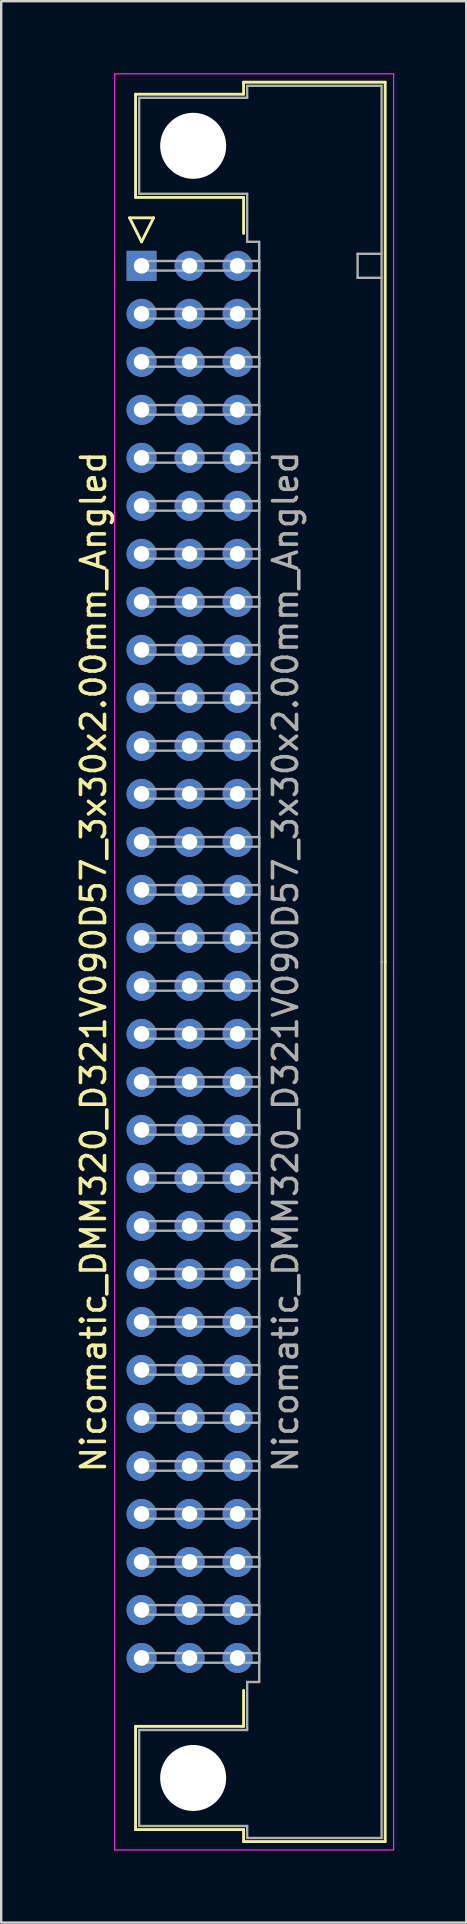
<source format=kicad_pcb>
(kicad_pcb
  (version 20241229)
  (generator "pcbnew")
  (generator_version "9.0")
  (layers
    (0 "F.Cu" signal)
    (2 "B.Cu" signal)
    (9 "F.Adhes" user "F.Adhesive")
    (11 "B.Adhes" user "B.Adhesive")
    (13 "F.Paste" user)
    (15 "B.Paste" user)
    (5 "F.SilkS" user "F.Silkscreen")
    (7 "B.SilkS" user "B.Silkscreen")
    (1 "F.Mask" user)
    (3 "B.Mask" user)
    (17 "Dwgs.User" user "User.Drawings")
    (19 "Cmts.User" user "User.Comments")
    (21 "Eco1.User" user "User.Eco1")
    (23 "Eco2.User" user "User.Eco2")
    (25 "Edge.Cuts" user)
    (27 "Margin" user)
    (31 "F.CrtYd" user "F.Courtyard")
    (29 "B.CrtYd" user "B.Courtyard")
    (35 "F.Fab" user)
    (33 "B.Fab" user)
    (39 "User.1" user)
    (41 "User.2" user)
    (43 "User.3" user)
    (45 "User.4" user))
  (footprint "Nicomatic_DMM320_D321V090D57_3x30x2.00mm_Angled"
    (layer "F.Cu")
    (at 2.848 8.025)
    (property "Reference" "Nicomatic_DMM320_D321V090D57_3x30x2.00mm_Angled" (at -2 29 90) (layer "F.SilkS") (effects (font (size 1 1) (thickness 0.15))))
    (attr through_hole)
    (fp_line (start -0.5 -2) (end 0 -1) (stroke (width 0.12) (type solid)) (layer "F.SilkS"))
    (fp_line (start -0.25 -7.15) (end -0.25 -2.85) (stroke (width 0.12) (type solid)) (layer "F.SilkS"))
    (fp_line (start -0.25 -2.85) (end 4.25 -2.85) (stroke (width 0.12) (type solid)) (layer "F.SilkS"))
    (fp_line (start -0.25 60.85) (end 4.25 60.85) (stroke (width 0.12) (type solid)) (layer "F.SilkS"))
    (fp_line (start -0.25 65.15) (end -0.25 60.85) (stroke (width 0.12) (type solid)) (layer "F.SilkS"))
    (fp_line (start 0 -1) (end 0.5 -2) (stroke (width 0.12) (type solid)) (layer "F.SilkS"))
    (fp_line (start 0.5 -2) (end -0.5 -2) (stroke (width 0.12) (type solid)) (layer "F.SilkS"))
    (fp_line (start 4.25 -7.65) (end 4.25 -7.15) (stroke (width 0.12) (type solid)) (layer "F.SilkS"))
    (fp_line (start 4.25 -7.15) (end -0.25 -7.15) (stroke (width 0.12) (type solid)) (layer "F.SilkS"))
    (fp_line (start 4.25 -2.85) (end 4.25 -1.35) (stroke (width 0.12) (type solid)) (layer "F.SilkS"))
    (fp_line (start 4.25 60.85) (end 4.25 59.35) (stroke (width 0.12) (type solid)) (layer "F.SilkS"))
    (fp_line (start 4.25 65.15) (end -0.25 65.15) (stroke (width 0.12) (type solid)) (layer "F.SilkS"))
    (fp_line (start 4.25 65.65) (end 4.25 65.15) (stroke (width 0.12) (type solid)) (layer "F.SilkS"))
    (fp_line (start 10.15 -7.65) (end 4.25 -7.65) (stroke (width 0.12) (type solid)) (layer "F.SilkS"))
    (fp_line (start 10.15 29) (end 10.15 -7.65) (stroke (width 0.12) (type solid)) (layer "F.SilkS"))
    (fp_line (start 10.15 29) (end 10.15 65.65) (stroke (width 0.12) (type solid)) (layer "F.SilkS"))
    (fp_line (start 10.15 65.65) (end 4.25 65.65) (stroke (width 0.12) (type solid)) (layer "F.SilkS"))
    (fp_line (start -1.12 -8) (end -1.12 66) (stroke (width 0.05) (type solid)) (layer "F.CrtYd"))
    (fp_line (start -1.12 66) (end 10.5 66) (stroke (width 0.05) (type solid)) (layer "F.CrtYd"))
    (fp_line (start 10.5 -8) (end -1.12 -8) (stroke (width 0.05) (type solid)) (layer "F.CrtYd"))
    (fp_line (start 10.5 66) (end 10.5 -8) (stroke (width 0.05) (type solid)) (layer "F.CrtYd"))
    (fp_line (start -0.1 -7) (end -0.1 -3) (stroke (width 0.1) (type solid)) (layer "F.Fab"))
    (fp_line (start -0.1 -3) (end 4.4 -3) (stroke (width 0.1) (type solid)) (layer "F.Fab"))
    (fp_line (start -0.1 61) (end 4.4 61) (stroke (width 0.1) (type solid)) (layer "F.Fab"))
    (fp_line (start -0.1 65) (end -0.1 61) (stroke (width 0.1) (type solid)) (layer "F.Fab"))
    (fp_line (start 0 -0.2) (end 0 0.2) (stroke (width 0.1) (type solid)) (layer "F.Fab"))
    (fp_line (start 0 0.2) (end 4.9 0.2) (stroke (width 0.1) (type solid)) (layer "F.Fab"))
    (fp_line (start 0 1.8) (end 0 2.2) (stroke (width 0.1) (type solid)) (layer "F.Fab"))
    (fp_line (start 0 2.2) (end 4.9 2.2) (stroke (width 0.1) (type solid)) (layer "F.Fab"))
    (fp_line (start 0 3.8) (end 0 4.2) (stroke (width 0.1) (type solid)) (layer "F.Fab"))
    (fp_line (start 0 4.2) (end 4.9 4.2) (stroke (width 0.1) (type solid)) (layer "F.Fab"))
    (fp_line (start 0 5.8) (end 0 6.2) (stroke (width 0.1) (type solid)) (layer "F.Fab"))
    (fp_line (start 0 6.2) (end 4.9 6.2) (stroke (width 0.1) (type solid)) (layer "F.Fab"))
    (fp_line (start 0 7.8) (end 0 8.2) (stroke (width 0.1) (type solid)) (layer "F.Fab"))
    (fp_line (start 0 8.2) (end 4.9 8.2) (stroke (width 0.1) (type solid)) (layer "F.Fab"))
    (fp_line (start 0 9.8) (end 0 10.2) (stroke (width 0.1) (type solid)) (layer "F.Fab"))
    (fp_line (start 0 10.2) (end 4.9 10.2) (stroke (width 0.1) (type solid)) (layer "F.Fab"))
    (fp_line (start 0 11.8) (end 0 12.2) (stroke (width 0.1) (type solid)) (layer "F.Fab"))
    (fp_line (start 0 12.2) (end 4.9 12.2) (stroke (width 0.1) (type solid)) (layer "F.Fab"))
    (fp_line (start 0 13.8) (end 0 14.2) (stroke (width 0.1) (type solid)) (layer "F.Fab"))
    (fp_line (start 0 14.2) (end 4.9 14.2) (stroke (width 0.1) (type solid)) (layer "F.Fab"))
    (fp_line (start 0 15.8) (end 0 16.2) (stroke (width 0.1) (type solid)) (layer "F.Fab"))
    (fp_line (start 0 16.2) (end 4.9 16.2) (stroke (width 0.1) (type solid)) (layer "F.Fab"))
    (fp_line (start 0 17.8) (end 0 18.2) (stroke (width 0.1) (type solid)) (layer "F.Fab"))
    (fp_line (start 0 18.2) (end 4.9 18.2) (stroke (width 0.1) (type solid)) (layer "F.Fab"))
    (fp_line (start 0 19.8) (end 0 20.2) (stroke (width 0.1) (type solid)) (layer "F.Fab"))
    (fp_line (start 0 20.2) (end 4.9 20.2) (stroke (width 0.1) (type solid)) (layer "F.Fab"))
    (fp_line (start 0 21.8) (end 0 22.2) (stroke (width 0.1) (type solid)) (layer "F.Fab"))
    (fp_line (start 0 22.2) (end 4.9 22.2) (stroke (width 0.1) (type solid)) (layer "F.Fab"))
    (fp_line (start 0 23.8) (end 0 24.2) (stroke (width 0.1) (type solid)) (layer "F.Fab"))
    (fp_line (start 0 24.2) (end 4.9 24.2) (stroke (width 0.1) (type solid)) (layer "F.Fab"))
    (fp_line (start 0 25.8) (end 0 26.2) (stroke (width 0.1) (type solid)) (layer "F.Fab"))
    (fp_line (start 0 26.2) (end 4.9 26.2) (stroke (width 0.1) (type solid)) (layer "F.Fab"))
    (fp_line (start 0 27.8) (end 0 28.2) (stroke (width 0.1) (type solid)) (layer "F.Fab"))
    (fp_line (start 0 28.2) (end 4.9 28.2) (stroke (width 0.1) (type solid)) (layer "F.Fab"))
    (fp_line (start 0 29.8) (end 0 30.2) (stroke (width 0.1) (type solid)) (layer "F.Fab"))
    (fp_line (start 0 30.2) (end 4.9 30.2) (stroke (width 0.1) (type solid)) (layer "F.Fab"))
    (fp_line (start 0 31.8) (end 0 32.2) (stroke (width 0.1) (type solid)) (layer "F.Fab"))
    (fp_line (start 0 32.2) (end 4.9 32.2) (stroke (width 0.1) (type solid)) (layer "F.Fab"))
    (fp_line (start 0 33.8) (end 0 34.2) (stroke (width 0.1) (type solid)) (layer "F.Fab"))
    (fp_line (start 0 34.2) (end 4.9 34.2) (stroke (width 0.1) (type solid)) (layer "F.Fab"))
    (fp_line (start 0 35.8) (end 0 36.2) (stroke (width 0.1) (type solid)) (layer "F.Fab"))
    (fp_line (start 0 36.2) (end 4.9 36.2) (stroke (width 0.1) (type solid)) (layer "F.Fab"))
    (fp_line (start 0 37.8) (end 0 38.2) (stroke (width 0.1) (type solid)) (layer "F.Fab"))
    (fp_line (start 0 38.2) (end 4.9 38.2) (stroke (width 0.1) (type solid)) (layer "F.Fab"))
    (fp_line (start 0 39.8) (end 0 40.2) (stroke (width 0.1) (type solid)) (layer "F.Fab"))
    (fp_line (start 0 40.2) (end 4.9 40.2) (stroke (width 0.1) (type solid)) (layer "F.Fab"))
    (fp_line (start 0 41.8) (end 0 42.2) (stroke (width 0.1) (type solid)) (layer "F.Fab"))
    (fp_line (start 0 42.2) (end 4.9 42.2) (stroke (width 0.1) (type solid)) (layer "F.Fab"))
    (fp_line (start 0 43.8) (end 0 44.2) (stroke (width 0.1) (type solid)) (layer "F.Fab"))
    (fp_line (start 0 44.2) (end 4.9 44.2) (stroke (width 0.1) (type solid)) (layer "F.Fab"))
    (fp_line (start 0 45.8) (end 0 46.2) (stroke (width 0.1) (type solid)) (layer "F.Fab"))
    (fp_line (start 0 46.2) (end 4.9 46.2) (stroke (width 0.1) (type solid)) (layer "F.Fab"))
    (fp_line (start 0 47.8) (end 0 48.2) (stroke (width 0.1) (type solid)) (layer "F.Fab"))
    (fp_line (start 0 48.2) (end 4.9 48.2) (stroke (width 0.1) (type solid)) (layer "F.Fab"))
    (fp_line (start 0 49.8) (end 0 50.2) (stroke (width 0.1) (type solid)) (layer "F.Fab"))
    (fp_line (start 0 50.2) (end 4.9 50.2) (stroke (width 0.1) (type solid)) (layer "F.Fab"))
    (fp_line (start 0 51.8) (end 0 52.2) (stroke (width 0.1) (type solid)) (layer "F.Fab"))
    (fp_line (start 0 52.2) (end 4.9 52.2) (stroke (width 0.1) (type solid)) (layer "F.Fab"))
    (fp_line (start 0 53.8) (end 0 54.2) (stroke (width 0.1) (type solid)) (layer "F.Fab"))
    (fp_line (start 0 54.2) (end 4.9 54.2) (stroke (width 0.1) (type solid)) (layer "F.Fab"))
    (fp_line (start 0 55.8) (end 0 56.2) (stroke (width 0.1) (type solid)) (layer "F.Fab"))
    (fp_line (start 0 56.2) (end 4.9 56.2) (stroke (width 0.1) (type solid)) (layer "F.Fab"))
    (fp_line (start 0 57.8) (end 0 58.2) (stroke (width 0.1) (type solid)) (layer "F.Fab"))
    (fp_line (start 0 58.2) (end 4.9 58.2) (stroke (width 0.1) (type solid)) (layer "F.Fab"))
    (fp_line (start 4.4 -7.5) (end 4.4 -7) (stroke (width 0.1) (type solid)) (layer "F.Fab"))
    (fp_line (start 4.4 -7) (end -0.1 -7) (stroke (width 0.1) (type solid)) (layer "F.Fab"))
    (fp_line (start 4.4 -3) (end 4.4 -1) (stroke (width 0.1) (type solid)) (layer "F.Fab"))
    (fp_line (start 4.4 -1) (end 4.9 -1) (stroke (width 0.1) (type solid)) (layer "F.Fab"))
    (fp_line (start 4.4 59) (end 4.9 59) (stroke (width 0.1) (type solid)) (layer "F.Fab"))
    (fp_line (start 4.4 61) (end 4.4 59) (stroke (width 0.1) (type solid)) (layer "F.Fab"))
    (fp_line (start 4.4 65) (end -0.1 65) (stroke (width 0.1) (type solid)) (layer "F.Fab"))
    (fp_line (start 4.4 65.5) (end 4.4 65) (stroke (width 0.1) (type solid)) (layer "F.Fab"))
    (fp_line (start 4.9 -1) (end 4.9 29) (stroke (width 0.1) (type solid)) (layer "F.Fab"))
    (fp_line (start 4.9 -0.2) (end 0 -0.2) (stroke (width 0.1) (type solid)) (layer "F.Fab"))
    (fp_line (start 4.9 0.2) (end 4.9 -0.2) (stroke (width 0.1) (type solid)) (layer "F.Fab"))
    (fp_line (start 4.9 1.8) (end 0 1.8) (stroke (width 0.1) (type solid)) (layer "F.Fab"))
    (fp_line (start 4.9 2.2) (end 4.9 1.8) (stroke (width 0.1) (type solid)) (layer "F.Fab"))
    (fp_line (start 4.9 3.8) (end 0 3.8) (stroke (width 0.1) (type solid)) (layer "F.Fab"))
    (fp_line (start 4.9 4.2) (end 4.9 3.8) (stroke (width 0.1) (type solid)) (layer "F.Fab"))
    (fp_line (start 4.9 5.8) (end 0 5.8) (stroke (width 0.1) (type solid)) (layer "F.Fab"))
    (fp_line (start 4.9 6.2) (end 4.9 5.8) (stroke (width 0.1) (type solid)) (layer "F.Fab"))
    (fp_line (start 4.9 7.8) (end 0 7.8) (stroke (width 0.1) (type solid)) (layer "F.Fab"))
    (fp_line (start 4.9 8.2) (end 4.9 7.8) (stroke (width 0.1) (type solid)) (layer "F.Fab"))
    (fp_line (start 4.9 9.8) (end 0 9.8) (stroke (width 0.1) (type solid)) (layer "F.Fab"))
    (fp_line (start 4.9 10.2) (end 4.9 9.8) (stroke (width 0.1) (type solid)) (layer "F.Fab"))
    (fp_line (start 4.9 11.8) (end 0 11.8) (stroke (width 0.1) (type solid)) (layer "F.Fab"))
    (fp_line (start 4.9 12.2) (end 4.9 11.8) (stroke (width 0.1) (type solid)) (layer "F.Fab"))
    (fp_line (start 4.9 13.8) (end 0 13.8) (stroke (width 0.1) (type solid)) (layer "F.Fab"))
    (fp_line (start 4.9 14.2) (end 4.9 13.8) (stroke (width 0.1) (type solid)) (layer "F.Fab"))
    (fp_line (start 4.9 15.8) (end 0 15.8) (stroke (width 0.1) (type solid)) (layer "F.Fab"))
    (fp_line (start 4.9 16.2) (end 4.9 15.8) (stroke (width 0.1) (type solid)) (layer "F.Fab"))
    (fp_line (start 4.9 17.8) (end 0 17.8) (stroke (width 0.1) (type solid)) (layer "F.Fab"))
    (fp_line (start 4.9 18.2) (end 4.9 17.8) (stroke (width 0.1) (type solid)) (layer "F.Fab"))
    (fp_line (start 4.9 19.8) (end 0 19.8) (stroke (width 0.1) (type solid)) (layer "F.Fab"))
    (fp_line (start 4.9 20.2) (end 4.9 19.8) (stroke (width 0.1) (type solid)) (layer "F.Fab"))
    (fp_line (start 4.9 21.8) (end 0 21.8) (stroke (width 0.1) (type solid)) (layer "F.Fab"))
    (fp_line (start 4.9 22.2) (end 4.9 21.8) (stroke (width 0.1) (type solid)) (layer "F.Fab"))
    (fp_line (start 4.9 23.8) (end 0 23.8) (stroke (width 0.1) (type solid)) (layer "F.Fab"))
    (fp_line (start 4.9 24.2) (end 4.9 23.8) (stroke (width 0.1) (type solid)) (layer "F.Fab"))
    (fp_line (start 4.9 25.8) (end 0 25.8) (stroke (width 0.1) (type solid)) (layer "F.Fab"))
    (fp_line (start 4.9 26.2) (end 4.9 25.8) (stroke (width 0.1) (type solid)) (layer "F.Fab"))
    (fp_line (start 4.9 27.8) (end 0 27.8) (stroke (width 0.1) (type solid)) (layer "F.Fab"))
    (fp_line (start 4.9 28.2) (end 4.9 27.8) (stroke (width 0.1) (type solid)) (layer "F.Fab"))
    (fp_line (start 4.9 29.8) (end 0 29.8) (stroke (width 0.1) (type solid)) (layer "F.Fab"))
    (fp_line (start 4.9 30.2) (end 4.9 29.8) (stroke (width 0.1) (type solid)) (layer "F.Fab"))
    (fp_line (start 4.9 31.8) (end 0 31.8) (stroke (width 0.1) (type solid)) (layer "F.Fab"))
    (fp_line (start 4.9 32.2) (end 4.9 31.8) (stroke (width 0.1) (type solid)) (layer "F.Fab"))
    (fp_line (start 4.9 33.8) (end 0 33.8) (stroke (width 0.1) (type solid)) (layer "F.Fab"))
    (fp_line (start 4.9 34.2) (end 4.9 33.8) (stroke (width 0.1) (type solid)) (layer "F.Fab"))
    (fp_line (start 4.9 35.8) (end 0 35.8) (stroke (width 0.1) (type solid)) (layer "F.Fab"))
    (fp_line (start 4.9 36.2) (end 4.9 35.8) (stroke (width 0.1) (type solid)) (layer "F.Fab"))
    (fp_line (start 4.9 37.8) (end 0 37.8) (stroke (width 0.1) (type solid)) (layer "F.Fab"))
    (fp_line (start 4.9 38.2) (end 4.9 37.8) (stroke (width 0.1) (type solid)) (layer "F.Fab"))
    (fp_line (start 4.9 39.8) (end 0 39.8) (stroke (width 0.1) (type solid)) (layer "F.Fab"))
    (fp_line (start 4.9 40.2) (end 4.9 39.8) (stroke (width 0.1) (type solid)) (layer "F.Fab"))
    (fp_line (start 4.9 41.8) (end 0 41.8) (stroke (width 0.1) (type solid)) (layer "F.Fab"))
    (fp_line (start 4.9 42.2) (end 4.9 41.8) (stroke (width 0.1) (type solid)) (layer "F.Fab"))
    (fp_line (start 4.9 43.8) (end 0 43.8) (stroke (width 0.1) (type solid)) (layer "F.Fab"))
    (fp_line (start 4.9 44.2) (end 4.9 43.8) (stroke (width 0.1) (type solid)) (layer "F.Fab"))
    (fp_line (start 4.9 45.8) (end 0 45.8) (stroke (width 0.1) (type solid)) (layer "F.Fab"))
    (fp_line (start 4.9 46.2) (end 4.9 45.8) (stroke (width 0.1) (type solid)) (layer "F.Fab"))
    (fp_line (start 4.9 47.8) (end 0 47.8) (stroke (width 0.1) (type solid)) (layer "F.Fab"))
    (fp_line (start 4.9 48.2) (end 4.9 47.8) (stroke (width 0.1) (type solid)) (layer "F.Fab"))
    (fp_line (start 4.9 49.8) (end 0 49.8) (stroke (width 0.1) (type solid)) (layer "F.Fab"))
    (fp_line (start 4.9 50.2) (end 4.9 49.8) (stroke (width 0.1) (type solid)) (layer "F.Fab"))
    (fp_line (start 4.9 51.8) (end 0 51.8) (stroke (width 0.1) (type solid)) (layer "F.Fab"))
    (fp_line (start 4.9 52.2) (end 4.9 51.8) (stroke (width 0.1) (type solid)) (layer "F.Fab"))
    (fp_line (start 4.9 53.8) (end 0 53.8) (stroke (width 0.1) (type solid)) (layer "F.Fab"))
    (fp_line (start 4.9 54.2) (end 4.9 53.8) (stroke (width 0.1) (type solid)) (layer "F.Fab"))
    (fp_line (start 4.9 55.8) (end 0 55.8) (stroke (width 0.1) (type solid)) (layer "F.Fab"))
    (fp_line (start 4.9 56.2) (end 4.9 55.8) (stroke (width 0.1) (type solid)) (layer "F.Fab"))
    (fp_line (start 4.9 57.8) (end 0 57.8) (stroke (width 0.1) (type solid)) (layer "F.Fab"))
    (fp_line (start 4.9 58.2) (end 4.9 57.8) (stroke (width 0.1) (type solid)) (layer "F.Fab"))
    (fp_line (start 4.9 59) (end 4.9 29) (stroke (width 0.1) (type solid)) (layer "F.Fab"))
    (fp_line (start 9 -0.5) (end 9 0.5) (stroke (width 0.1) (type solid)) (layer "F.Fab"))
    (fp_line (start 9 0.5) (end 10 0.5) (stroke (width 0.1) (type solid)) (layer "F.Fab"))
    (fp_line (start 10 -7.5) (end 4.4 -7.5) (stroke (width 0.1) (type solid)) (layer "F.Fab"))
    (fp_line (start 10 -0.5) (end 9 -0.5) (stroke (width 0.1) (type solid)) (layer "F.Fab"))
    (fp_line (start 10 29) (end 10 -7.5) (stroke (width 0.1) (type solid)) (layer "F.Fab"))
    (fp_line (start 10 29) (end 10 65.5) (stroke (width 0.1) (type solid)) (layer "F.Fab"))
    (fp_line (start 10 65.5) (end 4.4 65.5) (stroke (width 0.1) (type solid)) (layer "F.Fab"))
    (fp_text user "${REFERENCE}" (at 6 29 90) (layer "F.Fab") (effects (font (size 1 1) (thickness 0.15))))
    (pad "" np_thru_hole circle (at 2.15 -5) (size 2.75 2.75) (drill 2.75) (layers "*.Cu" "*.Mask"))
    (pad "" np_thru_hole circle (at 2.15 63) (size 2.75 2.75) (drill 2.75) (layers "*.Cu" "*.Mask"))
    (pad "1" thru_hole rect (at 0 0) (size 1.25 1.25) (drill 0.65) (layers "*.Cu" "*.Mask"))
    (pad "2" thru_hole oval (at 0 2) (size 1.25 1.25) (drill 0.65) (layers "*.Cu" "*.Mask"))
    (pad "3" thru_hole oval (at 0 4) (size 1.25 1.25) (drill 0.65) (layers "*.Cu" "*.Mask"))
    (pad "4" thru_hole oval (at 0 6) (size 1.25 1.25) (drill 0.65) (layers "*.Cu" "*.Mask"))
    (pad "5" thru_hole oval (at 0 8) (size 1.25 1.25) (drill 0.65) (layers "*.Cu" "*.Mask"))
    (pad "6" thru_hole oval (at 0 10) (size 1.25 1.25) (drill 0.65) (layers "*.Cu" "*.Mask"))
    (pad "7" thru_hole oval (at 0 12) (size 1.25 1.25) (drill 0.65) (layers "*.Cu" "*.Mask"))
    (pad "8" thru_hole oval (at 0 14) (size 1.25 1.25) (drill 0.65) (layers "*.Cu" "*.Mask"))
    (pad "9" thru_hole oval (at 0 16) (size 1.25 1.25) (drill 0.65) (layers "*.Cu" "*.Mask"))
    (pad "10" thru_hole oval (at 0 18) (size 1.25 1.25) (drill 0.65) (layers "*.Cu" "*.Mask"))
    (pad "11" thru_hole oval (at 0 20) (size 1.25 1.25) (drill 0.65) (layers "*.Cu" "*.Mask"))
    (pad "12" thru_hole oval (at 0 22) (size 1.25 1.25) (drill 0.65) (layers "*.Cu" "*.Mask"))
    (pad "13" thru_hole oval (at 0 24) (size 1.25 1.25) (drill 0.65) (layers "*.Cu" "*.Mask"))
    (pad "14" thru_hole oval (at 0 26) (size 1.25 1.25) (drill 0.65) (layers "*.Cu" "*.Mask"))
    (pad "15" thru_hole oval (at 0 28) (size 1.25 1.25) (drill 0.65) (layers "*.Cu" "*.Mask"))
    (pad "16" thru_hole oval (at 0 30) (size 1.25 1.25) (drill 0.65) (layers "*.Cu" "*.Mask"))
    (pad "17" thru_hole oval (at 0 32) (size 1.25 1.25) (drill 0.65) (layers "*.Cu" "*.Mask"))
    (pad "18" thru_hole oval (at 0 34) (size 1.25 1.25) (drill 0.65) (layers "*.Cu" "*.Mask"))
    (pad "19" thru_hole oval (at 0 36) (size 1.25 1.25) (drill 0.65) (layers "*.Cu" "*.Mask"))
    (pad "20" thru_hole oval (at 0 38) (size 1.25 1.25) (drill 0.65) (layers "*.Cu" "*.Mask"))
    (pad "21" thru_hole oval (at 0 40) (size 1.25 1.25) (drill 0.65) (layers "*.Cu" "*.Mask"))
    (pad "22" thru_hole oval (at 0 42) (size 1.25 1.25) (drill 0.65) (layers "*.Cu" "*.Mask"))
    (pad "23" thru_hole oval (at 0 44) (size 1.25 1.25) (drill 0.65) (layers "*.Cu" "*.Mask"))
    (pad "24" thru_hole oval (at 0 46) (size 1.25 1.25) (drill 0.65) (layers "*.Cu" "*.Mask"))
    (pad "25" thru_hole oval (at 0 48) (size 1.25 1.25) (drill 0.65) (layers "*.Cu" "*.Mask"))
    (pad "26" thru_hole oval (at 0 50) (size 1.25 1.25) (drill 0.65) (layers "*.Cu" "*.Mask"))
    (pad "27" thru_hole oval (at 0 52) (size 1.25 1.25) (drill 0.65) (layers "*.Cu" "*.Mask"))
    (pad "28" thru_hole oval (at 0 54) (size 1.25 1.25) (drill 0.65) (layers "*.Cu" "*.Mask"))
    (pad "29" thru_hole oval (at 0 56) (size 1.25 1.25) (drill 0.65) (layers "*.Cu" "*.Mask"))
    (pad "30" thru_hole oval (at 0 58) (size 1.25 1.25) (drill 0.65) (layers "*.Cu" "*.Mask"))
    (pad "31" thru_hole oval (at 2 0) (size 1.25 1.25) (drill 0.65) (layers "*.Cu" "*.Mask"))
    (pad "32" thru_hole oval (at 2 2) (size 1.25 1.25) (drill 0.65) (layers "*.Cu" "*.Mask"))
    (pad "33" thru_hole oval (at 2 4) (size 1.25 1.25) (drill 0.65) (layers "*.Cu" "*.Mask"))
    (pad "34" thru_hole oval (at 2 6) (size 1.25 1.25) (drill 0.65) (layers "*.Cu" "*.Mask"))
    (pad "35" thru_hole oval (at 2 8) (size 1.25 1.25) (drill 0.65) (layers "*.Cu" "*.Mask"))
    (pad "36" thru_hole oval (at 2 10) (size 1.25 1.25) (drill 0.65) (layers "*.Cu" "*.Mask"))
    (pad "37" thru_hole oval (at 2 12) (size 1.25 1.25) (drill 0.65) (layers "*.Cu" "*.Mask"))
    (pad "38" thru_hole oval (at 2 14) (size 1.25 1.25) (drill 0.65) (layers "*.Cu" "*.Mask"))
    (pad "39" thru_hole oval (at 2 16) (size 1.25 1.25) (drill 0.65) (layers "*.Cu" "*.Mask"))
    (pad "40" thru_hole oval (at 2 18) (size 1.25 1.25) (drill 0.65) (layers "*.Cu" "*.Mask"))
    (pad "41" thru_hole oval (at 2 20) (size 1.25 1.25) (drill 0.65) (layers "*.Cu" "*.Mask"))
    (pad "42" thru_hole oval (at 2 22) (size 1.25 1.25) (drill 0.65) (layers "*.Cu" "*.Mask"))
    (pad "43" thru_hole oval (at 2 24) (size 1.25 1.25) (drill 0.65) (layers "*.Cu" "*.Mask"))
    (pad "44" thru_hole oval (at 2 26) (size 1.25 1.25) (drill 0.65) (layers "*.Cu" "*.Mask"))
    (pad "45" thru_hole oval (at 2 28) (size 1.25 1.25) (drill 0.65) (layers "*.Cu" "*.Mask"))
    (pad "46" thru_hole oval (at 2 30) (size 1.25 1.25) (drill 0.65) (layers "*.Cu" "*.Mask"))
    (pad "47" thru_hole oval (at 2 32) (size 1.25 1.25) (drill 0.65) (layers "*.Cu" "*.Mask"))
    (pad "48" thru_hole oval (at 2 34) (size 1.25 1.25) (drill 0.65) (layers "*.Cu" "*.Mask"))
    (pad "49" thru_hole oval (at 2 36) (size 1.25 1.25) (drill 0.65) (layers "*.Cu" "*.Mask"))
    (pad "50" thru_hole oval (at 2 38) (size 1.25 1.25) (drill 0.65) (layers "*.Cu" "*.Mask"))
    (pad "51" thru_hole oval (at 2 40) (size 1.25 1.25) (drill 0.65) (layers "*.Cu" "*.Mask"))
    (pad "52" thru_hole oval (at 2 42) (size 1.25 1.25) (drill 0.65) (layers "*.Cu" "*.Mask"))
    (pad "53" thru_hole oval (at 2 44) (size 1.25 1.25) (drill 0.65) (layers "*.Cu" "*.Mask"))
    (pad "54" thru_hole oval (at 2 46) (size 1.25 1.25) (drill 0.65) (layers "*.Cu" "*.Mask"))
    (pad "55" thru_hole oval (at 2 48) (size 1.25 1.25) (drill 0.65) (layers "*.Cu" "*.Mask"))
    (pad "56" thru_hole oval (at 2 50) (size 1.25 1.25) (drill 0.65) (layers "*.Cu" "*.Mask"))
    (pad "57" thru_hole oval (at 2 52) (size 1.25 1.25) (drill 0.65) (layers "*.Cu" "*.Mask"))
    (pad "58" thru_hole oval (at 2 54) (size 1.25 1.25) (drill 0.65) (layers "*.Cu" "*.Mask"))
    (pad "59" thru_hole oval (at 2 56) (size 1.25 1.25) (drill 0.65) (layers "*.Cu" "*.Mask"))
    (pad "60" thru_hole oval (at 2 58) (size 1.25 1.25) (drill 0.65) (layers "*.Cu" "*.Mask"))
    (pad "61" thru_hole oval (at 4 0) (size 1.25 1.25) (drill 0.65) (layers "*.Cu" "*.Mask"))
    (pad "62" thru_hole oval (at 4 2) (size 1.25 1.25) (drill 0.65) (layers "*.Cu" "*.Mask"))
    (pad "63" thru_hole oval (at 4 4) (size 1.25 1.25) (drill 0.65) (layers "*.Cu" "*.Mask"))
    (pad "64" thru_hole oval (at 4 6) (size 1.25 1.25) (drill 0.65) (layers "*.Cu" "*.Mask"))
    (pad "65" thru_hole oval (at 4 8) (size 1.25 1.25) (drill 0.65) (layers "*.Cu" "*.Mask"))
    (pad "66" thru_hole oval (at 4 10) (size 1.25 1.25) (drill 0.65) (layers "*.Cu" "*.Mask"))
    (pad "67" thru_hole oval (at 4 12) (size 1.25 1.25) (drill 0.65) (layers "*.Cu" "*.Mask"))
    (pad "68" thru_hole oval (at 4 14) (size 1.25 1.25) (drill 0.65) (layers "*.Cu" "*.Mask"))
    (pad "69" thru_hole oval (at 4 16) (size 1.25 1.25) (drill 0.65) (layers "*.Cu" "*.Mask"))
    (pad "70" thru_hole oval (at 4 18) (size 1.25 1.25) (drill 0.65) (layers "*.Cu" "*.Mask"))
    (pad "71" thru_hole oval (at 4 20) (size 1.25 1.25) (drill 0.65) (layers "*.Cu" "*.Mask"))
    (pad "72" thru_hole oval (at 4 22) (size 1.25 1.25) (drill 0.65) (layers "*.Cu" "*.Mask"))
    (pad "73" thru_hole oval (at 4 24) (size 1.25 1.25) (drill 0.65) (layers "*.Cu" "*.Mask"))
    (pad "74" thru_hole oval (at 4 26) (size 1.25 1.25) (drill 0.65) (layers "*.Cu" "*.Mask"))
    (pad "75" thru_hole oval (at 4 28) (size 1.25 1.25) (drill 0.65) (layers "*.Cu" "*.Mask"))
    (pad "76" thru_hole oval (at 4 30) (size 1.25 1.25) (drill 0.65) (layers "*.Cu" "*.Mask"))
    (pad "77" thru_hole oval (at 4 32) (size 1.25 1.25) (drill 0.65) (layers "*.Cu" "*.Mask"))
    (pad "78" thru_hole oval (at 4 34) (size 1.25 1.25) (drill 0.65) (layers "*.Cu" "*.Mask"))
    (pad "79" thru_hole oval (at 4 36) (size 1.25 1.25) (drill 0.65) (layers "*.Cu" "*.Mask"))
    (pad "80" thru_hole oval (at 4 38) (size 1.25 1.25) (drill 0.65) (layers "*.Cu" "*.Mask"))
    (pad "81" thru_hole oval (at 4 40) (size 1.25 1.25) (drill 0.65) (layers "*.Cu" "*.Mask"))
    (pad "82" thru_hole oval (at 4 42) (size 1.25 1.25) (drill 0.65) (layers "*.Cu" "*.Mask"))
    (pad "83" thru_hole oval (at 4 44) (size 1.25 1.25) (drill 0.65) (layers "*.Cu" "*.Mask"))
    (pad "84" thru_hole oval (at 4 46) (size 1.25 1.25) (drill 0.65) (layers "*.Cu" "*.Mask"))
    (pad "85" thru_hole oval (at 4 48) (size 1.25 1.25) (drill 0.65) (layers "*.Cu" "*.Mask"))
    (pad "86" thru_hole oval (at 4 50) (size 1.25 1.25) (drill 0.65) (layers "*.Cu" "*.Mask"))
    (pad "87" thru_hole oval (at 4 52) (size 1.25 1.25) (drill 0.65) (layers "*.Cu" "*.Mask"))
    (pad "88" thru_hole oval (at 4 54) (size 1.25 1.25) (drill 0.65) (layers "*.Cu" "*.Mask"))
    (pad "89" thru_hole oval (at 4 56) (size 1.25 1.25) (drill 0.65) (layers "*.Cu" "*.Mask"))
    (pad "90" thru_hole oval (at 4 58) (size 1.25 1.25) (drill 0.65) (layers "*.Cu" "*.Mask")))
  (gr_rect
    (start -3 -3)
    (end 16.373 77.05)
    (stroke (width 0.1) (type default))
    (fill no)
    (layer "Edge.Cuts")))
</source>
